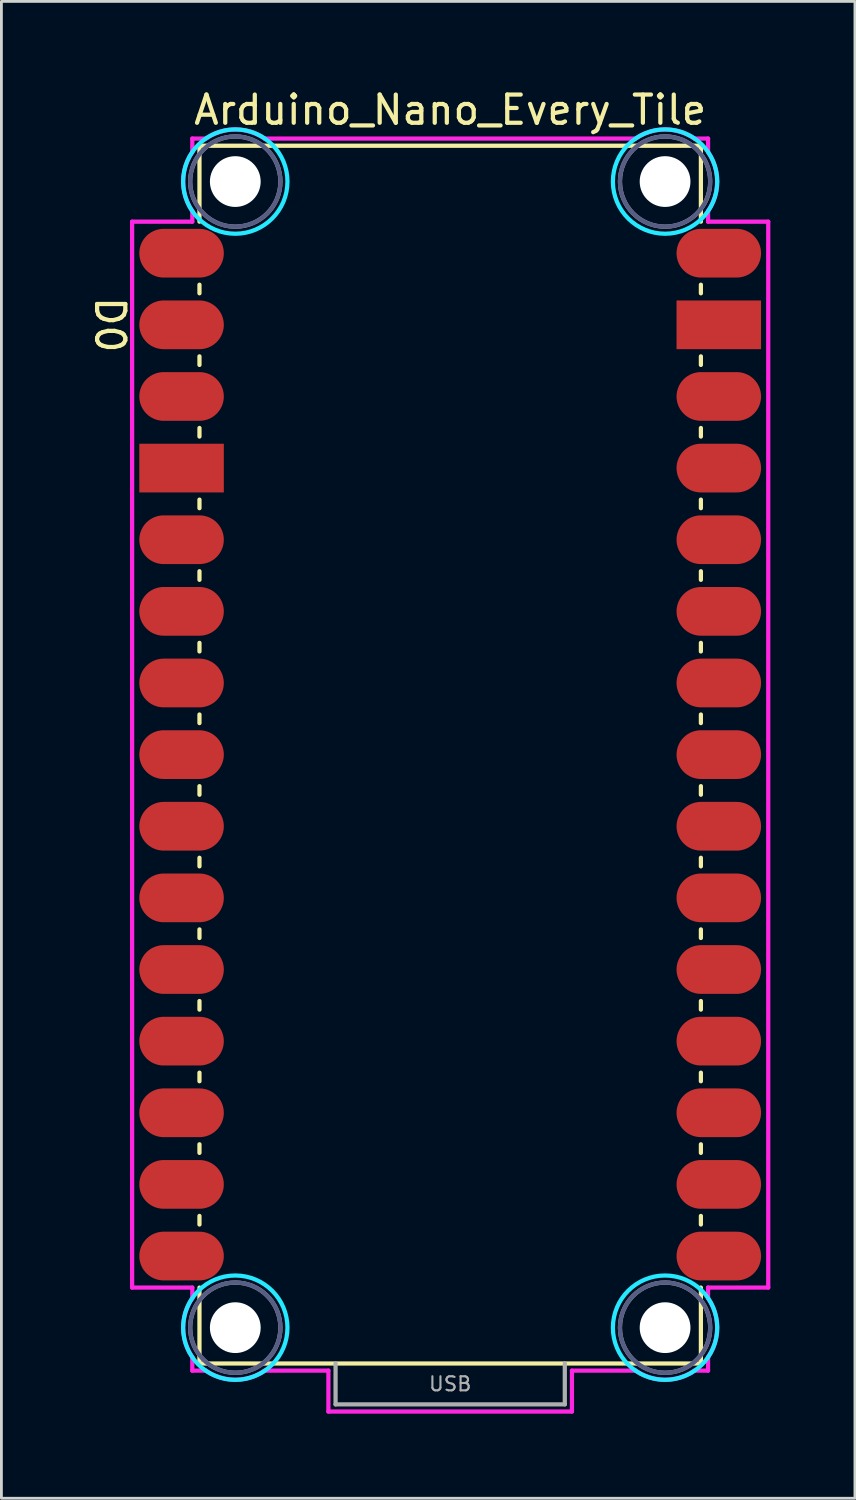
<source format=kicad_pcb>
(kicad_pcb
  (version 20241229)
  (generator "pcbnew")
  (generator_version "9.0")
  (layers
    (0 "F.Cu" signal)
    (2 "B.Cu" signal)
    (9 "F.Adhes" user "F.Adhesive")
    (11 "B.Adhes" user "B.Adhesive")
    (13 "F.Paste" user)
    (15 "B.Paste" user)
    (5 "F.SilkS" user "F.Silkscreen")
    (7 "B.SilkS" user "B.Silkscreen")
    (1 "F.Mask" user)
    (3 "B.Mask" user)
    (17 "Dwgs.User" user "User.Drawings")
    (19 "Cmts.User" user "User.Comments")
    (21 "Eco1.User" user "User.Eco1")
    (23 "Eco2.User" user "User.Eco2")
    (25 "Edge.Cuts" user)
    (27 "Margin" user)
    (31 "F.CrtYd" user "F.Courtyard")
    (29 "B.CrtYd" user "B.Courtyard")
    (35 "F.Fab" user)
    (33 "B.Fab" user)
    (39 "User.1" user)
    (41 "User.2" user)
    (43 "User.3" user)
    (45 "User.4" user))
  (footprint "Arduino_Nano_Every_Tile"
    (layer "F.Cu")
    (at 12.913 45.298)
    (property "Reference" "Arduino_Nano_Every_Tile" (at 0 -44.45 0) (layer "F.SilkS") (effects (font (size 1 1) (thickness 0.15))))
    (attr smd)
    (fp_line (start -8.89 -43.18) (end -8.89 -40.488) (stroke (width 0.15) (type solid)) (layer "F.SilkS"))
    (fp_line (start -8.89 -43.18) (end 8.89 -43.18) (stroke (width 0.15) (type solid)) (layer "F.SilkS"))
    (fp_line (start -8.89 -38.252) (end -8.89 -37.948) (stroke (width 0.15) (type solid)) (layer "F.SilkS"))
    (fp_line (start -8.89 -35.712) (end -8.89 -35.408) (stroke (width 0.15) (type solid)) (layer "F.SilkS"))
    (fp_line (start -8.89 -33.172) (end -8.89 -32.868) (stroke (width 0.15) (type solid)) (layer "F.SilkS"))
    (fp_line (start -8.89 -30.632) (end -8.89 -30.328) (stroke (width 0.15) (type solid)) (layer "F.SilkS"))
    (fp_line (start -8.89 -28.092) (end -8.89 -27.788) (stroke (width 0.15) (type solid)) (layer "F.SilkS"))
    (fp_line (start -8.89 -25.552) (end -8.89 -25.248) (stroke (width 0.15) (type solid)) (layer "F.SilkS"))
    (fp_line (start -8.89 -23.012) (end -8.89 -22.708) (stroke (width 0.15) (type solid)) (layer "F.SilkS"))
    (fp_line (start -8.89 -20.472) (end -8.89 -20.168) (stroke (width 0.15) (type solid)) (layer "F.SilkS"))
    (fp_line (start -8.89 -17.932) (end -8.89 -17.628) (stroke (width 0.15) (type solid)) (layer "F.SilkS"))
    (fp_line (start -8.89 -15.392) (end -8.89 -15.088) (stroke (width 0.15) (type solid)) (layer "F.SilkS"))
    (fp_line (start -8.89 -12.852) (end -8.89 -12.548) (stroke (width 0.15) (type solid)) (layer "F.SilkS"))
    (fp_line (start -8.89 -10.312) (end -8.89 -10.008) (stroke (width 0.15) (type solid)) (layer "F.SilkS"))
    (fp_line (start -8.89 -7.772) (end -8.89 -7.468) (stroke (width 0.15) (type solid)) (layer "F.SilkS"))
    (fp_line (start -8.89 -5.232) (end -8.89 -4.928) (stroke (width 0.15) (type solid)) (layer "F.SilkS"))
    (fp_line (start -8.89 -2.692) (end -8.89 0) (stroke (width 0.15) (type solid)) (layer "F.SilkS"))
    (fp_line (start -8.89 0) (end 8.89 0) (stroke (width 0.15) (type solid)) (layer "F.SilkS"))
    (fp_line (start 8.89 -43.18) (end 8.89 -40.488) (stroke (width 0.15) (type solid)) (layer "F.SilkS"))
    (fp_line (start 8.89 -38.252) (end 8.89 -37.948) (stroke (width 0.15) (type solid)) (layer "F.SilkS"))
    (fp_line (start 8.89 -35.712) (end 8.89 -35.408) (stroke (width 0.15) (type solid)) (layer "F.SilkS"))
    (fp_line (start 8.89 -33.172) (end 8.89 -32.868) (stroke (width 0.15) (type solid)) (layer "F.SilkS"))
    (fp_line (start 8.89 -30.632) (end 8.89 -30.328) (stroke (width 0.15) (type solid)) (layer "F.SilkS"))
    (fp_line (start 8.89 -28.092) (end 8.89 -27.788) (stroke (width 0.15) (type solid)) (layer "F.SilkS"))
    (fp_line (start 8.89 -25.552) (end 8.89 -25.248) (stroke (width 0.15) (type solid)) (layer "F.SilkS"))
    (fp_line (start 8.89 -23.012) (end 8.89 -22.708) (stroke (width 0.15) (type solid)) (layer "F.SilkS"))
    (fp_line (start 8.89 -20.472) (end 8.89 -20.168) (stroke (width 0.15) (type solid)) (layer "F.SilkS"))
    (fp_line (start 8.89 -17.932) (end 8.89 -17.628) (stroke (width 0.15) (type solid)) (layer "F.SilkS"))
    (fp_line (start 8.89 -15.392) (end 8.89 -15.088) (stroke (width 0.15) (type solid)) (layer "F.SilkS"))
    (fp_line (start 8.89 -12.852) (end 8.89 -12.548) (stroke (width 0.15) (type solid)) (layer "F.SilkS"))
    (fp_line (start 8.89 -10.312) (end 8.89 -10.008) (stroke (width 0.15) (type solid)) (layer "F.SilkS"))
    (fp_line (start 8.89 -7.772) (end 8.89 -7.468) (stroke (width 0.15) (type solid)) (layer "F.SilkS"))
    (fp_line (start 8.89 -5.232) (end 8.89 -4.928) (stroke (width 0.15) (type solid)) (layer "F.SilkS"))
    (fp_line (start 8.89 -2.692) (end 8.89 0) (stroke (width 0.15) (type solid)) (layer "F.SilkS"))
    (fp_circle (center -7.62 -41.91) (end -5.77 -41.91) (stroke (width 0.15) (type solid)) (fill no) (layer "B.CrtYd"))
    (fp_circle (center -7.62 -1.27) (end -5.77 -1.27) (stroke (width 0.15) (type solid)) (fill no) (layer "B.CrtYd"))
    (fp_circle (center 7.62 -41.91) (end 9.47 -41.91) (stroke (width 0.15) (type solid)) (fill no) (layer "B.CrtYd"))
    (fp_circle (center 7.62 -1.27) (end 9.47 -1.27) (stroke (width 0.15) (type solid)) (fill no) (layer "B.CrtYd"))
    (fp_line (start -11.278 -2.692) (end -11.278 -40.488) (stroke (width 0.15) (type solid)) (layer "F.CrtYd"))
    (fp_line (start -9.144 -43.434) (end -8.661 -43.434) (stroke (width 0.15) (type solid)) (layer "F.CrtYd"))
    (fp_line (start -9.144 -42.951) (end -9.144 -43.434) (stroke (width 0.15) (type solid)) (layer "F.CrtYd"))
    (fp_line (start -9.144 -40.869) (end -9.144 -40.488) (stroke (width 0.15) (type solid)) (layer "F.CrtYd"))
    (fp_line (start -9.144 -40.488) (end -11.278 -40.488) (stroke (width 0.15) (type solid)) (layer "F.CrtYd"))
    (fp_line (start -9.144 -2.692) (end -11.278 -2.692) (stroke (width 0.15) (type solid)) (layer "F.CrtYd"))
    (fp_line (start -9.144 -2.311) (end -9.144 -2.692) (stroke (width 0.15) (type solid)) (layer "F.CrtYd"))
    (fp_line (start -9.144 0.254) (end -9.144 -0.229) (stroke (width 0.15) (type solid)) (layer "F.CrtYd"))
    (fp_line (start -8.661 0.254) (end -9.144 0.254) (stroke (width 0.15) (type solid)) (layer "F.CrtYd"))
    (fp_line (start -6.579 -43.434) (end 6.579 -43.434) (stroke (width 0.15) (type solid)) (layer "F.CrtYd"))
    (fp_line (start -4.318 0.254) (end -6.579 0.254) (stroke (width 0.15) (type solid)) (layer "F.CrtYd"))
    (fp_line (start -4.318 1.704) (end -4.318 0.254) (stroke (width 0.15) (type solid)) (layer "F.CrtYd"))
    (fp_line (start 4.318 0.254) (end 4.318 1.704) (stroke (width 0.15) (type solid)) (layer "F.CrtYd"))
    (fp_line (start 4.318 1.704) (end -4.318 1.704) (stroke (width 0.15) (type solid)) (layer "F.CrtYd"))
    (fp_line (start 6.579 0.254) (end 4.318 0.254) (stroke (width 0.15) (type solid)) (layer "F.CrtYd"))
    (fp_line (start 8.661 -43.434) (end 9.144 -43.434) (stroke (width 0.15) (type solid)) (layer "F.CrtYd"))
    (fp_line (start 9.144 -43.434) (end 9.144 -42.951) (stroke (width 0.15) (type solid)) (layer "F.CrtYd"))
    (fp_line (start 9.144 -40.869) (end 9.144 -40.488) (stroke (width 0.15) (type solid)) (layer "F.CrtYd"))
    (fp_line (start 9.144 -2.692) (end 9.144 -2.311) (stroke (width 0.15) (type solid)) (layer "F.CrtYd"))
    (fp_line (start 9.144 -0.229) (end 9.144 0.254) (stroke (width 0.15) (type solid)) (layer "F.CrtYd"))
    (fp_line (start 9.144 0.254) (end 8.661 0.254) (stroke (width 0.15) (type solid)) (layer "F.CrtYd"))
    (fp_line (start 11.278 -40.488) (end 9.144 -40.488) (stroke (width 0.15) (type solid)) (layer "F.CrtYd"))
    (fp_line (start 11.278 -40.488) (end 11.278 -2.692) (stroke (width 0.15) (type solid)) (layer "F.CrtYd"))
    (fp_line (start 11.278 -2.692) (end 9.144 -2.692) (stroke (width 0.15) (type solid)) (layer "F.CrtYd"))
    (fp_arc (start -9.144 -40.8686) (mid -9.467363 -41.91) (end -9.144 -42.9514) (stroke (width 0.15) (type solid)) (layer "F.CrtYd"))
    (fp_arc (start -9.144 -0.2286) (mid -9.467363 -1.27) (end -9.144 -2.3114) (stroke (width 0.15) (type solid)) (layer "F.CrtYd"))
    (fp_arc (start -8.6614 -43.434) (mid -7.62 -43.757363) (end -6.5786 -43.434) (stroke (width 0.15) (type solid)) (layer "F.CrtYd"))
    (fp_arc (start -6.5786 0.254) (mid -7.62 0.577363) (end -8.6614 0.254) (stroke (width 0.15) (type solid)) (layer "F.CrtYd"))
    (fp_arc (start 6.5786 -43.434) (mid 7.62 -43.757363) (end 8.6614 -43.434) (stroke (width 0.15) (type solid)) (layer "F.CrtYd"))
    (fp_arc (start 8.6614 0.254) (mid 7.62 0.577363) (end 6.5786 0.254) (stroke (width 0.15) (type solid)) (layer "F.CrtYd"))
    (fp_arc (start 9.144 -42.9514) (mid 9.467363 -41.91) (end 9.144 -40.8686) (stroke (width 0.15) (type solid)) (layer "F.CrtYd"))
    (fp_arc (start 9.144 -2.3114) (mid 9.467363 -1.27) (end 9.144 -0.2286) (stroke (width 0.15) (type solid)) (layer "F.CrtYd"))
    (fp_circle (center -7.62 -41.91) (end -6.02 -41.91) (stroke (width 0.15) (type solid)) (fill no) (layer "B.Fab"))
    (fp_circle (center -7.62 -1.27) (end -6.02 -1.27) (stroke (width 0.15) (type solid)) (fill no) (layer "B.Fab"))
    (fp_circle (center 7.62 -41.91) (end 9.22 -41.91) (stroke (width 0.15) (type solid)) (fill no) (layer "B.Fab"))
    (fp_circle (center 7.62 -1.27) (end 9.22 -1.27) (stroke (width 0.15) (type solid)) (fill no) (layer "B.Fab"))
    (fp_line (start -4.064 0) (end -4.064 1.45) (stroke (width 0.15) (type solid)) (layer "F.Fab"))
    (fp_line (start -4.064 1.45) (end 4.064 1.45) (stroke (width 0.15) (type solid)) (layer "F.Fab"))
    (fp_line (start 4.064 1.45) (end 4.064 0) (stroke (width 0.15) (type solid)) (layer "F.Fab"))
    (fp_circle (center -7.62 -41.91) (end -6.02 -41.91) (stroke (width 0.15) (type solid)) (fill no) (layer "F.Fab"))
    (fp_circle (center -7.62 -1.27) (end -6.02 -1.27) (stroke (width 0.15) (type solid)) (fill no) (layer "F.Fab"))
    (fp_circle (center 7.62 -41.91) (end 9.22 -41.91) (stroke (width 0.15) (type solid)) (fill no) (layer "F.Fab"))
    (fp_circle (center 7.62 -1.27) (end 9.22 -1.27) (stroke (width 0.15) (type solid)) (fill no) (layer "F.Fab"))
    (fp_text user "D0" (at -12.065 -36.83 270) (unlocked yes) (layer "F.SilkS") (effects (font (size 1 1) (thickness 0.15))))
    (fp_text user "USB" (at 0 0.725 0) (layer "F.Fab") (effects (font (size 0.5 0.5) (thickness 0.075))))
    (pad "" np_thru_hole circle (at -7.62 -41.91) (size 1.8 1.8) (drill 1.8) (layers "*.Cu" "*.Mask"))
    (pad "" np_thru_hole circle (at -7.62 -1.27) (size 1.8 1.8) (drill 1.8) (layers "*.Cu" "*.Mask"))
    (pad "" np_thru_hole circle (at 7.62 -41.91) (size 1.8 1.8) (drill 1.8) (layers "*.Cu" "*.Mask"))
    (pad "" np_thru_hole circle (at 7.62 -1.27) (size 1.8 1.8) (drill 1.8) (layers "*.Cu" "*.Mask"))
    (pad "3V3" smd oval (at 9.525 -6.35) (size 2.997 1.727) (layers "F.Cu" "F.Mask" "F.Paste"))
    (pad "5V" smd oval (at 9.525 -31.75) (size 2.997 1.727) (layers "F.Cu" "F.Mask" "F.Paste"))
    (pad "A0" smd oval (at 9.525 -11.43) (size 2.997 1.727) (layers "F.Cu" "F.Mask" "F.Paste"))
    (pad "A1" smd oval (at 9.525 -13.97) (size 2.997 1.727) (layers "F.Cu" "F.Mask" "F.Paste"))
    (pad "A2" smd oval (at 9.525 -16.51) (size 2.997 1.727) (layers "F.Cu" "F.Mask" "F.Paste"))
    (pad "A3" smd oval (at 9.525 -19.05) (size 2.997 1.727) (layers "F.Cu" "F.Mask" "F.Paste"))
    (pad "A4" smd oval (at 9.525 -21.59) (size 2.997 1.727) (layers "F.Cu" "F.Mask" "F.Paste"))
    (pad "A5" smd oval (at 9.525 -24.13) (size 2.997 1.727) (layers "F.Cu" "F.Mask" "F.Paste"))
    (pad "A6" smd oval (at 9.525 -26.67) (size 2.997 1.727) (layers "F.Cu" "F.Mask" "F.Paste"))
    (pad "A7" smd oval (at 9.525 -29.21) (size 2.997 1.727) (layers "F.Cu" "F.Mask" "F.Paste"))
    (pad "AREF" smd oval (at 9.525 -8.89) (size 2.997 1.727) (layers "F.Cu" "F.Mask" "F.Paste"))
    (pad "D0" smd oval (at -9.525 -36.83) (size 2.997 1.727) (layers "F.Cu" "F.Mask" "F.Paste"))
    (pad "D1" smd oval (at -9.525 -39.37) (size 2.997 1.727) (layers "F.Cu" "F.Mask" "F.Paste"))
    (pad "D2" smd oval (at -9.525 -29.21) (size 2.997 1.727) (layers "F.Cu" "F.Mask" "F.Paste"))
    (pad "D3" smd oval (at -9.525 -26.67) (size 2.997 1.727) (layers "F.Cu" "F.Mask" "F.Paste"))
    (pad "D4" smd oval (at -9.525 -24.13) (size 2.997 1.727) (layers "F.Cu" "F.Mask" "F.Paste"))
    (pad "D5" smd oval (at -9.525 -21.59) (size 2.997 1.727) (layers "F.Cu" "F.Mask" "F.Paste"))
    (pad "D6" smd oval (at -9.525 -19.05) (size 2.997 1.727) (layers "F.Cu" "F.Mask" "F.Paste"))
    (pad "D7" smd oval (at -9.525 -16.51) (size 2.997 1.727) (layers "F.Cu" "F.Mask" "F.Paste"))
    (pad "D8" smd oval (at -9.525 -13.97) (size 2.997 1.727) (layers "F.Cu" "F.Mask" "F.Paste"))
    (pad "D9" smd oval (at -9.525 -11.43) (size 2.997 1.727) (layers "F.Cu" "F.Mask" "F.Paste"))
    (pad "D10" smd oval (at -9.525 -8.89) (size 2.997 1.727) (layers "F.Cu" "F.Mask" "F.Paste"))
    (pad "D11" smd oval (at -9.525 -6.35) (size 2.997 1.727) (layers "F.Cu" "F.Mask" "F.Paste"))
    (pad "D12" smd oval (at -9.525 -3.81) (size 2.997 1.727) (layers "F.Cu" "F.Mask" "F.Paste"))
    (pad "D13" smd oval (at 9.525 -3.81) (size 2.997 1.727) (layers "F.Cu" "F.Mask" "F.Paste"))
    (pad "GND1" smd rect (at -9.525 -31.75) (size 2.997 1.727) (layers "F.Cu" "F.Mask" "F.Paste"))
    (pad "GND2" smd rect (at 9.525 -36.83) (size 2.997 1.727) (layers "F.Cu" "F.Mask" "F.Paste"))
    (pad "RST1" smd oval (at -9.525 -34.29) (size 2.997 1.727) (layers "F.Cu" "F.Mask" "F.Paste"))
    (pad "RST2" smd oval (at 9.525 -34.29) (size 2.997 1.727) (layers "F.Cu" "F.Mask" "F.Paste"))
    (pad "VIN" smd oval (at 9.525 -39.37) (size 2.997 1.727) (layers "F.Cu" "F.Mask" "F.Paste")))
  (gr_rect
    (start -3 -3)
    (end 27.266 50.077)
    (stroke (width 0.1) (type default))
    (fill no)
    (layer "Edge.Cuts")))
</source>
